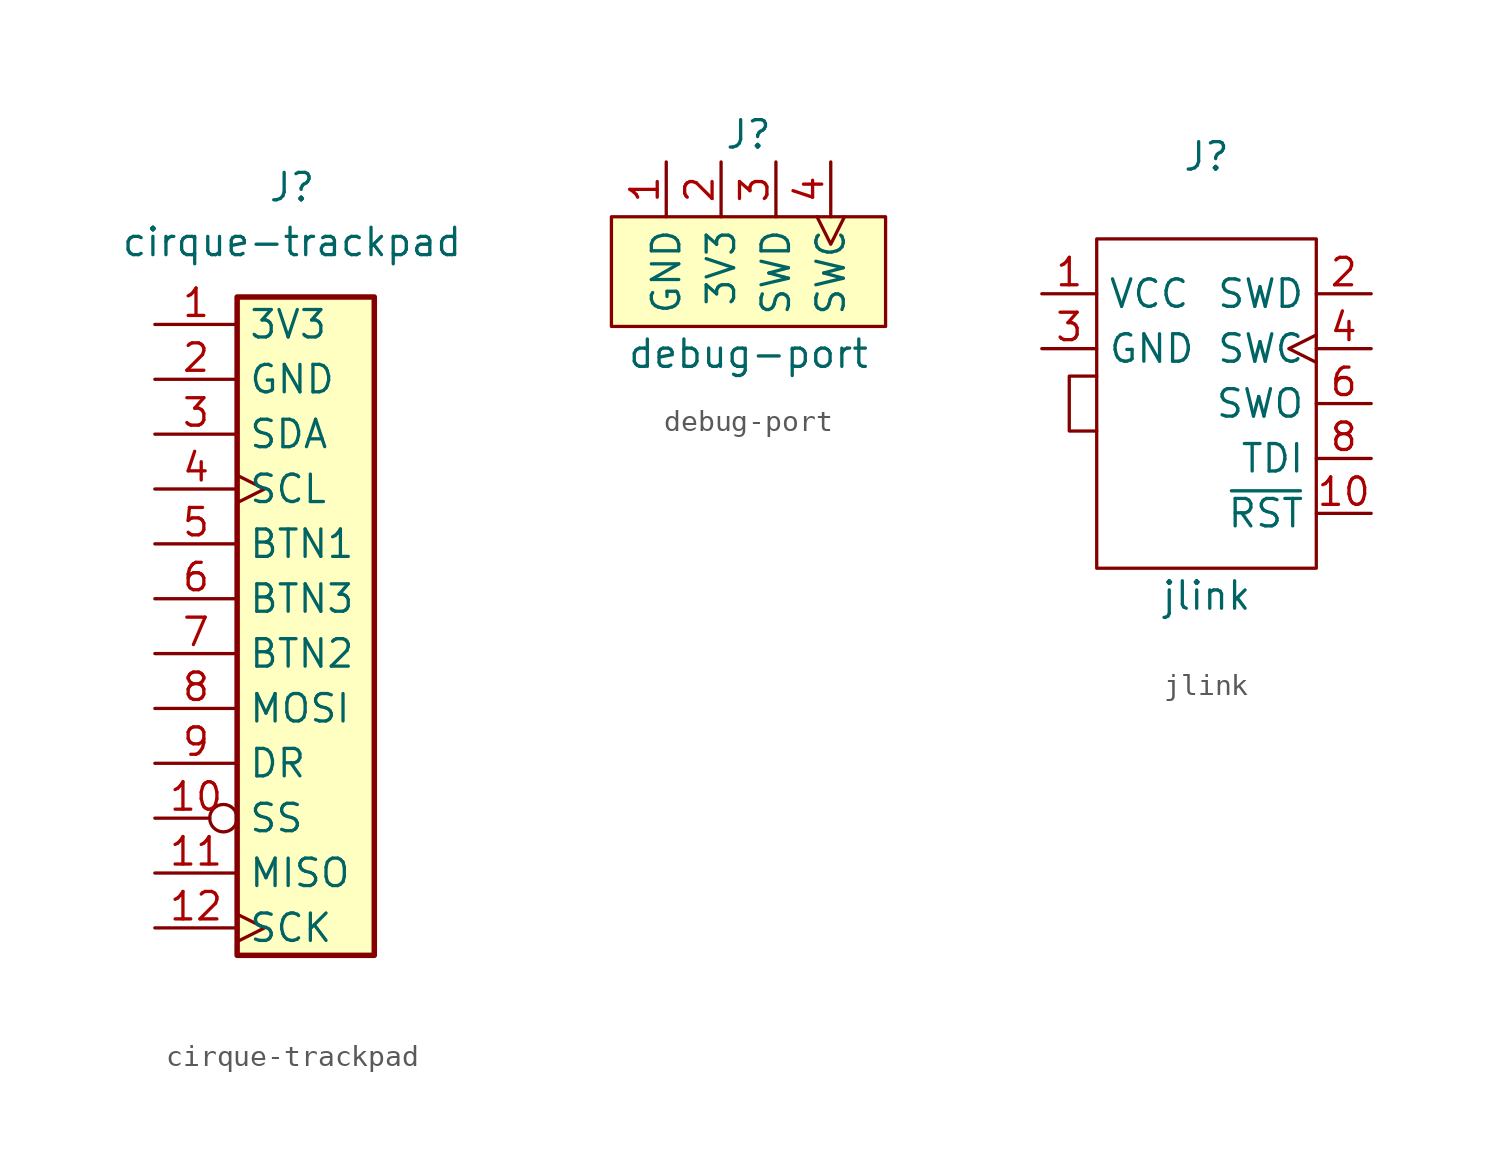
<source format=kicad_sym>
(kicad_symbol_lib
  (version 20211014)
  (generator kicad_symbol_editor)
  (symbol "cirque-trackpad"
    (property "Reference" "J"
      (at 0 20.32 0)
      (effects (font (size 1.27 1.27))))
    (property "Value" "cirque-trackpad"
      (at 0 17.78 0)
      (effects (font (size 1.27 1.27))))
    (symbol "cirque-trackpad_1_1"
      (rectangle (start -2.54 15.24) (end 3.81 -15.24) (stroke (width 0.254) (type default) (color 0 0 0 0)) (fill (type background)))
      (pin power_in line (at -6.35 13.97 0) (length 3.81) (name "3V3" (effects (font (size 1.27 1.27)))) (number "1" (effects (font (size 1.27 1.27)))))
      (pin input inverted (at -6.35 -8.89 0) (length 3.81) (name "SS" (effects (font (size 1.27 1.27)))) (number "10" (effects (font (size 1.27 1.27)))))
      (pin output line (at -6.35 -11.43 0) (length 3.81) (name "MISO" (effects (font (size 1.27 1.27)))) (number "11" (effects (font (size 1.27 1.27)))))
      (pin input clock (at -6.35 -13.97 0) (length 3.81) (name "SCK" (effects (font (size 1.27 1.27)))) (number "12" (effects (font (size 1.27 1.27)))))
      (pin power_in line (at -6.35 11.43 0) (length 3.81) (name "GND" (effects (font (size 1.27 1.27)))) (number "2" (effects (font (size 1.27 1.27)))))
      (pin bidirectional line (at -6.35 8.89 0) (length 3.81) (name "SDA" (effects (font (size 1.27 1.27)))) (number "3" (effects (font (size 1.27 1.27)))))
      (pin bidirectional clock (at -6.35 6.35 0) (length 3.81) (name "SCL" (effects (font (size 1.27 1.27)))) (number "4" (effects (font (size 1.27 1.27)))))
      (pin output line (at -6.35 3.81 0) (length 3.81) (name "BTN1" (effects (font (size 1.27 1.27)))) (number "5" (effects (font (size 1.27 1.27)))))
      (pin output line (at -6.35 1.27 0) (length 3.81) (name "BTN3" (effects (font (size 1.27 1.27)))) (number "6" (effects (font (size 1.27 1.27)))))
      (pin output line (at -6.35 -1.27 0) (length 3.81) (name "BTN2" (effects (font (size 1.27 1.27)))) (number "7" (effects (font (size 1.27 1.27)))))
      (pin input line (at -6.35 -3.81 0) (length 3.81) (name "MOSI" (effects (font (size 1.27 1.27)))) (number "8" (effects (font (size 1.27 1.27)))))
      (pin bidirectional line (at -6.35 -6.35 0) (length 3.81) (name "DR" (effects (font (size 1.27 1.27)))) (number "9" (effects (font (size 1.27 1.27)))))))
  (symbol "debug-port"
    (property "Reference" "J"
      (at 0 6.35 0)
      (effects (font (size 1.27 1.27))))
    (property "Value" "debug-port"
      (at 0 -3.81 0)
      (effects (font (size 1.27 1.27))))
    (symbol "debug-port_0_1"
      (rectangle (start -6.35 2.54) (end 6.35 -2.54) (stroke (width 0) (type default) (color 0 0 0 0)) (fill (type background))))
    (symbol "debug-port_1_1"
      (pin power_out line (at -3.81 5.08 270) (length 2.54) (name "GND" (effects (font (size 1.27 1.27)))) (number "1" (effects (font (size 1.27 1.27)))))
      (pin power_out line (at -1.27 5.08 270) (length 2.54) (name "3V3" (effects (font (size 1.27 1.27)))) (number "2" (effects (font (size 1.27 1.27)))))
      (pin bidirectional line (at 1.27 5.08 270) (length 2.54) (name "SWD" (effects (font (size 1.27 1.27)))) (number "3" (effects (font (size 1.27 1.27)))))
      (pin output clock (at 3.81 5.08 270) (length 2.54) (name "SWC" (effects (font (size 1.27 1.27)))) (number "4" (effects (font (size 1.27 1.27)))))))
  (symbol "jlink"
    (property "Reference" "J"
      (at 0 11.43 0)
      (effects (font (size 1.27 1.27))))
    (property "Value" "jlink"
      (at 0 -8.89 0)
      (effects (font (size 1.27 1.27))))
    (symbol "jlink_0_1"
      (rectangle (start -5.08 7.62) (end 5.08 -7.62) (stroke (width 0.152) (type default) (color 0 0 0 0)) (fill (type none)))
      (polyline (pts (xy -5.08 1.27) (xy -6.35 1.27) (xy -6.35 -1.27) (xy -5.08 -1.27)) (stroke (width 0.152) (type default) (color 0 0 0 0)) (fill (type none))))
    (symbol "jlink_1_1"
      (pin power_out line (at -7.62 5.08 0) (length 2.54) (name "VCC" (effects (font (size 1.27 1.27)))) (number "1" (effects (font (size 1.27 1.27)))))
      (pin output line (at 7.62 -5.08 180) (length 2.54) (name "~{RST}" (effects (font (size 1.27 1.27)))) (number "10" (effects (font (size 1.27 1.27)))))
      (pin bidirectional line (at 7.62 5.08 180) (length 2.54) (name "SWD" (effects (font (size 1.27 1.27)))) (number "2" (effects (font (size 1.27 1.27)))))
      (pin power_out line (at -7.62 2.54 0) (length 2.54) (name "GND" (effects (font (size 1.27 1.27)))) (number "3" (effects (font (size 1.27 1.27)))))
      (pin output clock (at 7.62 2.54 180) (length 2.54) (name "SWC" (effects (font (size 1.27 1.27)))) (number "4" (effects (font (size 1.27 1.27)))))
      (pin power_out line (at -7.62 2.54 0) (length 2.54) hide (name "GND" (effects (font (size 1.27 1.27)))) (number "5" (effects (font (size 1.27 1.27)))))
      (pin output line (at 7.62 0 180) (length 2.54) (name "SWO" (effects (font (size 1.27 1.27)))) (number "6" (effects (font (size 1.27 1.27)))))
      (pin output line (at 7.62 -2.54 180) (length 2.54) (name "TDI" (effects (font (size 1.27 1.27)))) (number "8" (effects (font (size 1.27 1.27))))))))
</source>
